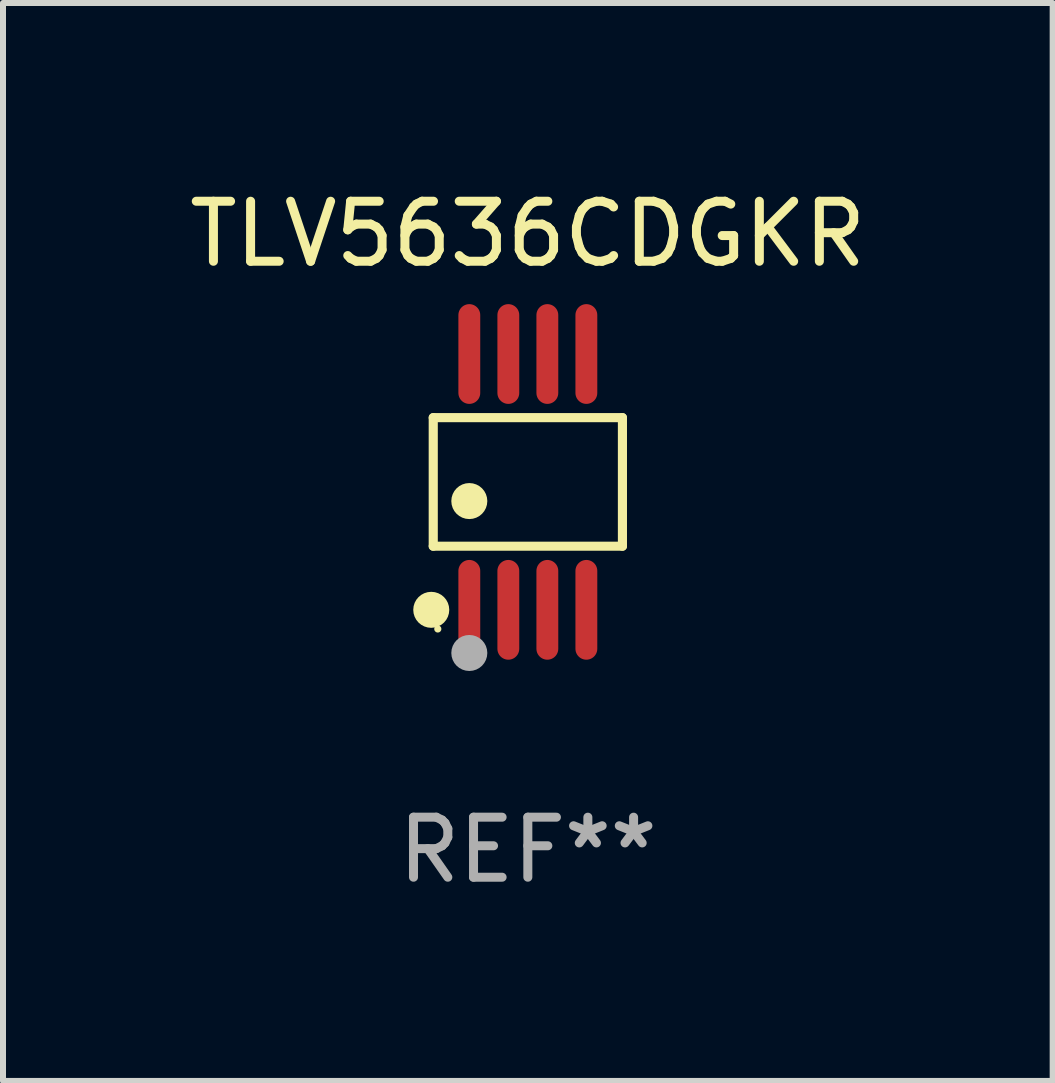
<source format=kicad_pcb>
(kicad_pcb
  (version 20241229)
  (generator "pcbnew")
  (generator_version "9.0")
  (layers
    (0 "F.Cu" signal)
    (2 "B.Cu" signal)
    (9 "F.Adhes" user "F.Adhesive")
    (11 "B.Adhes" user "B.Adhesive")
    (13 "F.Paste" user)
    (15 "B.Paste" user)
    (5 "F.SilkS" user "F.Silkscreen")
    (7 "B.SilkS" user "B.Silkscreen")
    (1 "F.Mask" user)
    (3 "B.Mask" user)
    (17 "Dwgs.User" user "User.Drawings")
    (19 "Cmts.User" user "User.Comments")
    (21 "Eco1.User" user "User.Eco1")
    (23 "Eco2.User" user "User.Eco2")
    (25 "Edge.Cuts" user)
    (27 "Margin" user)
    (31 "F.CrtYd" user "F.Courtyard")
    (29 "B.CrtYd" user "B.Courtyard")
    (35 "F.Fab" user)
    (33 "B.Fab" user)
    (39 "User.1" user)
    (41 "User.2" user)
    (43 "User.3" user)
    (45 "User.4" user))
  (footprint "TLV5636CDGKR"
    (layer "F.Cu")
    (at 5.744 4.979)
    (property "Reference" "TLV5636CDGKR" (at 0 -4.131 0) (layer "F.SilkS") (effects (font (size 1 1) (thickness 0.15))))
    (attr through_hole)
    (fp_line (start -1.576 -1.071) (end 1.576 -1.071) (stroke (width 0.152) (type solid)) (layer "F.SilkS"))
    (fp_line (start -1.576 1.071) (end -1.576 -1.071) (stroke (width 0.152) (type solid)) (layer "F.SilkS"))
    (fp_line (start 1.576 -1.071) (end 1.576 1.071) (stroke (width 0.152) (type solid)) (layer "F.SilkS"))
    (fp_line (start 1.576 1.071) (end -1.576 1.071) (stroke (width 0.152) (type solid)) (layer "F.SilkS"))
    (fp_circle (center -1.609 2.131) (end -1.459 2.131) (stroke (width 0.3) (type solid)) (fill no) (layer "F.SilkS"))
    (fp_circle (center -1.5 2.45) (end -1.47 2.45) (stroke (width 0.06) (type solid)) (fill no) (layer "F.SilkS"))
    (fp_circle (center -0.975 0.319) (end -0.825 0.319) (stroke (width 0.3) (type solid)) (fill no) (layer "F.SilkS"))
    (fp_circle (center -0.975 2.85) (end -0.825 2.85) (stroke (width 0.3) (type solid)) (fill no) (layer "F.Fab"))
    (fp_text user "REF**" (at 0 6.131 0) (layer "F.Fab") (effects (font (size 1 1) (thickness 0.15))))
    (pad "1" smd oval (at -0.975 2.131) (size 0.364 1.662) (layers "F.Cu" "F.Mask" "F.Paste"))
    (pad "2" smd oval (at -0.325 2.131) (size 0.364 1.662) (layers "F.Cu" "F.Mask" "F.Paste"))
    (pad "3" smd oval (at 0.325 2.131) (size 0.364 1.662) (layers "F.Cu" "F.Mask" "F.Paste"))
    (pad "4" smd oval (at 0.975 2.131) (size 0.364 1.662) (layers "F.Cu" "F.Mask" "F.Paste"))
    (pad "5" smd oval (at 0.975 -2.131) (size 0.364 1.662) (layers "F.Cu" "F.Mask" "F.Paste"))
    (pad "6" smd oval (at 0.325 -2.131) (size 0.364 1.662) (layers "F.Cu" "F.Mask" "F.Paste"))
    (pad "7" smd oval (at -0.325 -2.131) (size 0.364 1.662) (layers "F.Cu" "F.Mask" "F.Paste"))
    (pad "8" smd oval (at -0.975 -2.131) (size 0.364 1.662) (layers "F.Cu" "F.Mask" "F.Paste")))
  (gr_rect
    (start -3 -3)
    (end 14.488 14.959)
    (stroke (width 0.1) (type default))
    (fill no)
    (layer "Edge.Cuts")))
</source>
